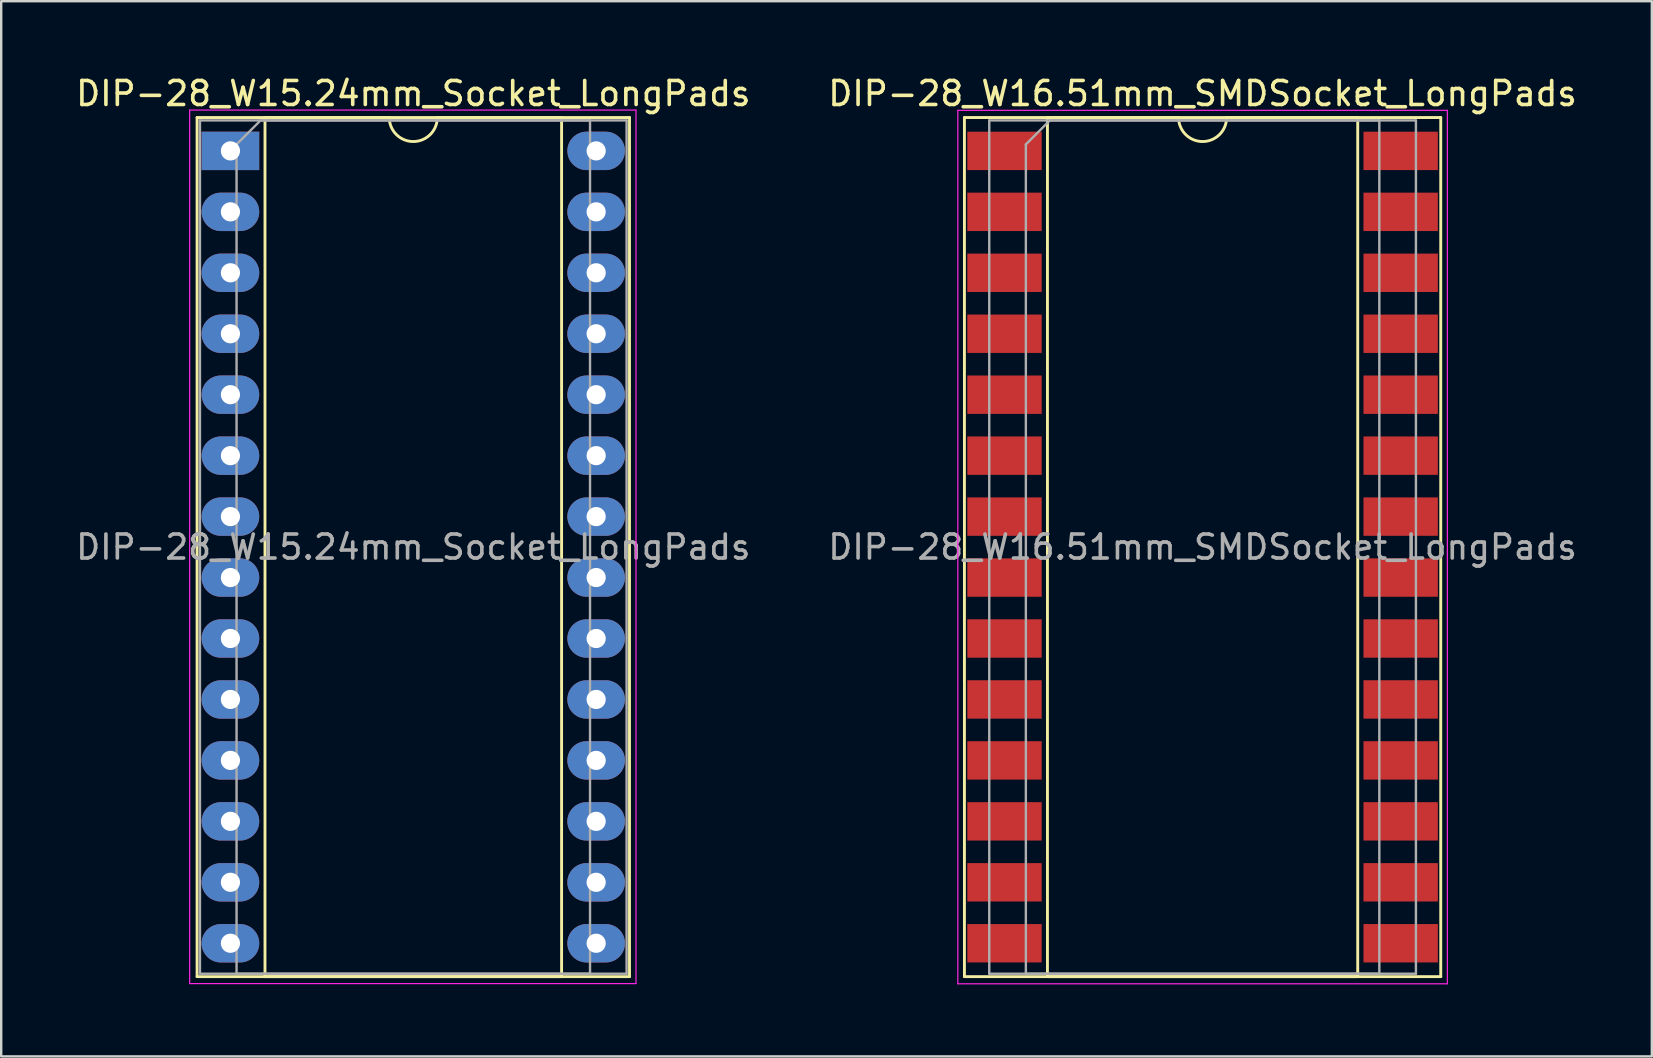
<source format=kicad_pcb>
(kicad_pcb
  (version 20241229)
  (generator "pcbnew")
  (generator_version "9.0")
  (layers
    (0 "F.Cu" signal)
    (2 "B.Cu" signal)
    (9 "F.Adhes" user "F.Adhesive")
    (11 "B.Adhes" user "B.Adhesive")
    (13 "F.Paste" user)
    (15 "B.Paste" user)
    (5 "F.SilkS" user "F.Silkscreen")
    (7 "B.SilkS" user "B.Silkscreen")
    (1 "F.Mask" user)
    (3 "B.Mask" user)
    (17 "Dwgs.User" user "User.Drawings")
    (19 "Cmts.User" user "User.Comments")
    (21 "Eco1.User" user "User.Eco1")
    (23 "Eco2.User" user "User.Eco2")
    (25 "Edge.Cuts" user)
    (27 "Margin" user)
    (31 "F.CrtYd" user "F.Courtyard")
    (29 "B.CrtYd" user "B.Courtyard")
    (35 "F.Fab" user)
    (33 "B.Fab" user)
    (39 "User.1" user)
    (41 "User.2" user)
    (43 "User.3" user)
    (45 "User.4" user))
  (footprint "DIP-28_W16.51mm_SMDSocket_LongPads"
    (layer "F.Cu")
    (at 47.065 19.748)
    (property "Reference" "DIP-28_W16.51mm_SMDSocket_LongPads" (at 0 -18.9 0) (layer "F.SilkS") (effects (font (size 1 1) (thickness 0.15))))
    (attr smd)
    (fp_line (start -9.925 -17.9) (end -9.925 17.9) (stroke (width 0.12) (type solid)) (layer "F.SilkS"))
    (fp_line (start -9.925 17.9) (end 9.925 17.9) (stroke (width 0.12) (type solid)) (layer "F.SilkS"))
    (fp_line (start -6.465 -17.9) (end -6.465 17.9) (stroke (width 0.12) (type solid)) (layer "F.SilkS"))
    (fp_line (start -6.465 17.9) (end 6.465 17.9) (stroke (width 0.12) (type solid)) (layer "F.SilkS"))
    (fp_line (start -1 -17.9) (end -6.465 -17.9) (stroke (width 0.12) (type solid)) (layer "F.SilkS"))
    (fp_line (start 6.465 -17.9) (end 1 -17.9) (stroke (width 0.12) (type solid)) (layer "F.SilkS"))
    (fp_line (start 6.465 17.9) (end 6.465 -17.9) (stroke (width 0.12) (type solid)) (layer "F.SilkS"))
    (fp_line (start 9.925 -17.9) (end -9.925 -17.9) (stroke (width 0.12) (type solid)) (layer "F.SilkS"))
    (fp_line (start 9.925 17.9) (end 9.925 -17.9) (stroke (width 0.12) (type solid)) (layer "F.SilkS"))
    (fp_arc (start 1 -17.9) (mid 0 -16.9) (end -1 -17.9) (stroke (width 0.12) (type solid)) (layer "F.SilkS"))
    (fp_line (start -10.2 -18.2) (end -10.2 18.2) (stroke (width 0.05) (type solid)) (layer "F.CrtYd"))
    (fp_line (start -10.2 18.2) (end 10.2 18.2) (stroke (width 0.05) (type solid)) (layer "F.CrtYd"))
    (fp_line (start 10.2 -18.2) (end -10.2 -18.2) (stroke (width 0.05) (type solid)) (layer "F.CrtYd"))
    (fp_line (start 10.2 18.2) (end 10.2 -18.2) (stroke (width 0.05) (type solid)) (layer "F.CrtYd"))
    (fp_line (start -8.89 -17.78) (end -8.89 17.78) (stroke (width 0.1) (type solid)) (layer "F.Fab"))
    (fp_line (start -8.89 17.78) (end 8.89 17.78) (stroke (width 0.1) (type solid)) (layer "F.Fab"))
    (fp_line (start -7.365 -16.78) (end -6.365 -17.78) (stroke (width 0.1) (type solid)) (layer "F.Fab"))
    (fp_line (start -7.365 17.78) (end -7.365 -16.78) (stroke (width 0.1) (type solid)) (layer "F.Fab"))
    (fp_line (start -6.365 -17.78) (end 7.365 -17.78) (stroke (width 0.1) (type solid)) (layer "F.Fab"))
    (fp_line (start 7.365 -17.78) (end 7.365 17.78) (stroke (width 0.1) (type solid)) (layer "F.Fab"))
    (fp_line (start 7.365 17.78) (end -7.365 17.78) (stroke (width 0.1) (type solid)) (layer "F.Fab"))
    (fp_line (start 8.89 -17.78) (end -8.89 -17.78) (stroke (width 0.1) (type solid)) (layer "F.Fab"))
    (fp_line (start 8.89 17.78) (end 8.89 -17.78) (stroke (width 0.1) (type solid)) (layer "F.Fab"))
    (fp_text user "${REFERENCE}" (at 0 0 0) (layer "F.Fab") (effects (font (size 1 1) (thickness 0.15))))
    (pad "1" smd rect (at -8.255 -16.51) (size 3.1 1.6) (layers "F.Cu" "F.Mask" "F.Paste"))
    (pad "2" smd rect (at -8.255 -13.97) (size 3.1 1.6) (layers "F.Cu" "F.Mask" "F.Paste"))
    (pad "3" smd rect (at -8.255 -11.43) (size 3.1 1.6) (layers "F.Cu" "F.Mask" "F.Paste"))
    (pad "4" smd rect (at -8.255 -8.89) (size 3.1 1.6) (layers "F.Cu" "F.Mask" "F.Paste"))
    (pad "5" smd rect (at -8.255 -6.35) (size 3.1 1.6) (layers "F.Cu" "F.Mask" "F.Paste"))
    (pad "6" smd rect (at -8.255 -3.81) (size 3.1 1.6) (layers "F.Cu" "F.Mask" "F.Paste"))
    (pad "7" smd rect (at -8.255 -1.27) (size 3.1 1.6) (layers "F.Cu" "F.Mask" "F.Paste"))
    (pad "8" smd rect (at -8.255 1.27) (size 3.1 1.6) (layers "F.Cu" "F.Mask" "F.Paste"))
    (pad "9" smd rect (at -8.255 3.81) (size 3.1 1.6) (layers "F.Cu" "F.Mask" "F.Paste"))
    (pad "10" smd rect (at -8.255 6.35) (size 3.1 1.6) (layers "F.Cu" "F.Mask" "F.Paste"))
    (pad "11" smd rect (at -8.255 8.89) (size 3.1 1.6) (layers "F.Cu" "F.Mask" "F.Paste"))
    (pad "12" smd rect (at -8.255 11.43) (size 3.1 1.6) (layers "F.Cu" "F.Mask" "F.Paste"))
    (pad "13" smd rect (at -8.255 13.97) (size 3.1 1.6) (layers "F.Cu" "F.Mask" "F.Paste"))
    (pad "14" smd rect (at -8.255 16.51) (size 3.1 1.6) (layers "F.Cu" "F.Mask" "F.Paste"))
    (pad "15" smd rect (at 8.255 16.51) (size 3.1 1.6) (layers "F.Cu" "F.Mask" "F.Paste"))
    (pad "16" smd rect (at 8.255 13.97) (size 3.1 1.6) (layers "F.Cu" "F.Mask" "F.Paste"))
    (pad "17" smd rect (at 8.255 11.43) (size 3.1 1.6) (layers "F.Cu" "F.Mask" "F.Paste"))
    (pad "18" smd rect (at 8.255 8.89) (size 3.1 1.6) (layers "F.Cu" "F.Mask" "F.Paste"))
    (pad "19" smd rect (at 8.255 6.35) (size 3.1 1.6) (layers "F.Cu" "F.Mask" "F.Paste"))
    (pad "20" smd rect (at 8.255 3.81) (size 3.1 1.6) (layers "F.Cu" "F.Mask" "F.Paste"))
    (pad "21" smd rect (at 8.255 1.27) (size 3.1 1.6) (layers "F.Cu" "F.Mask" "F.Paste"))
    (pad "22" smd rect (at 8.255 -1.27) (size 3.1 1.6) (layers "F.Cu" "F.Mask" "F.Paste"))
    (pad "23" smd rect (at 8.255 -3.81) (size 3.1 1.6) (layers "F.Cu" "F.Mask" "F.Paste"))
    (pad "24" smd rect (at 8.255 -6.35) (size 3.1 1.6) (layers "F.Cu" "F.Mask" "F.Paste"))
    (pad "25" smd rect (at 8.255 -8.89) (size 3.1 1.6) (layers "F.Cu" "F.Mask" "F.Paste"))
    (pad "26" smd rect (at 8.255 -11.43) (size 3.1 1.6) (layers "F.Cu" "F.Mask" "F.Paste"))
    (pad "27" smd rect (at 8.255 -13.97) (size 3.1 1.6) (layers "F.Cu" "F.Mask" "F.Paste"))
    (pad "28" smd rect (at 8.255 -16.51) (size 3.1 1.6) (layers "F.Cu" "F.Mask" "F.Paste")))
  (footprint "DIP-28_W15.24mm_Socket_LongPads"
    (layer "F.Cu")
    (at 6.553 3.238)
    (property "Reference" "DIP-28_W15.24mm_Socket_LongPads" (at 7.62 -2.39 0) (layer "F.SilkS") (effects (font (size 1 1) (thickness 0.15))))
    (attr through_hole)
    (fp_line (start -1.39 -1.39) (end -1.39 34.41) (stroke (width 0.12) (type solid)) (layer "F.SilkS"))
    (fp_line (start -1.39 34.41) (end 16.63 34.41) (stroke (width 0.12) (type solid)) (layer "F.SilkS"))
    (fp_line (start 1.44 -1.39) (end 1.44 34.41) (stroke (width 0.12) (type solid)) (layer "F.SilkS"))
    (fp_line (start 1.44 34.41) (end 13.8 34.41) (stroke (width 0.12) (type solid)) (layer "F.SilkS"))
    (fp_line (start 6.62 -1.39) (end 1.44 -1.39) (stroke (width 0.12) (type solid)) (layer "F.SilkS"))
    (fp_line (start 13.8 -1.39) (end 8.62 -1.39) (stroke (width 0.12) (type solid)) (layer "F.SilkS"))
    (fp_line (start 13.8 34.41) (end 13.8 -1.39) (stroke (width 0.12) (type solid)) (layer "F.SilkS"))
    (fp_line (start 16.63 -1.39) (end -1.39 -1.39) (stroke (width 0.12) (type solid)) (layer "F.SilkS"))
    (fp_line (start 16.63 34.41) (end 16.63 -1.39) (stroke (width 0.12) (type solid)) (layer "F.SilkS"))
    (fp_arc (start 8.62 -1.39) (mid 7.62 -0.39) (end 6.62 -1.39) (stroke (width 0.12) (type solid)) (layer "F.SilkS"))
    (fp_line (start -1.7 -1.7) (end -1.7 34.7) (stroke (width 0.05) (type solid)) (layer "F.CrtYd"))
    (fp_line (start -1.7 34.7) (end 16.9 34.7) (stroke (width 0.05) (type solid)) (layer "F.CrtYd"))
    (fp_line (start 16.9 -1.7) (end -1.7 -1.7) (stroke (width 0.05) (type solid)) (layer "F.CrtYd"))
    (fp_line (start 16.9 34.7) (end 16.9 -1.7) (stroke (width 0.05) (type solid)) (layer "F.CrtYd"))
    (fp_line (start -1.27 -1.27) (end -1.27 34.29) (stroke (width 0.1) (type solid)) (layer "F.Fab"))
    (fp_line (start -1.27 34.29) (end 16.51 34.29) (stroke (width 0.1) (type solid)) (layer "F.Fab"))
    (fp_line (start 0.255 -0.27) (end 1.255 -1.27) (stroke (width 0.1) (type solid)) (layer "F.Fab"))
    (fp_line (start 0.255 34.29) (end 0.255 -0.27) (stroke (width 0.1) (type solid)) (layer "F.Fab"))
    (fp_line (start 1.255 -1.27) (end 14.985 -1.27) (stroke (width 0.1) (type solid)) (layer "F.Fab"))
    (fp_line (start 14.985 -1.27) (end 14.985 34.29) (stroke (width 0.1) (type solid)) (layer "F.Fab"))
    (fp_line (start 14.985 34.29) (end 0.255 34.29) (stroke (width 0.1) (type solid)) (layer "F.Fab"))
    (fp_line (start 16.51 -1.27) (end -1.27 -1.27) (stroke (width 0.1) (type solid)) (layer "F.Fab"))
    (fp_line (start 16.51 34.29) (end 16.51 -1.27) (stroke (width 0.1) (type solid)) (layer "F.Fab"))
    (fp_text user "${REFERENCE}" (at 7.62 16.51 0) (layer "F.Fab") (effects (font (size 1 1) (thickness 0.15))))
    (pad "1" thru_hole rect (at 0 0) (size 2.4 1.6) (drill 0.8) (layers "*.Cu" "*.Mask"))
    (pad "2" thru_hole oval (at 0 2.54) (size 2.4 1.6) (drill 0.8) (layers "*.Cu" "*.Mask"))
    (pad "3" thru_hole oval (at 0 5.08) (size 2.4 1.6) (drill 0.8) (layers "*.Cu" "*.Mask"))
    (pad "4" thru_hole oval (at 0 7.62) (size 2.4 1.6) (drill 0.8) (layers "*.Cu" "*.Mask"))
    (pad "5" thru_hole oval (at 0 10.16) (size 2.4 1.6) (drill 0.8) (layers "*.Cu" "*.Mask"))
    (pad "6" thru_hole oval (at 0 12.7) (size 2.4 1.6) (drill 0.8) (layers "*.Cu" "*.Mask"))
    (pad "7" thru_hole oval (at 0 15.24) (size 2.4 1.6) (drill 0.8) (layers "*.Cu" "*.Mask"))
    (pad "8" thru_hole oval (at 0 17.78) (size 2.4 1.6) (drill 0.8) (layers "*.Cu" "*.Mask"))
    (pad "9" thru_hole oval (at 0 20.32) (size 2.4 1.6) (drill 0.8) (layers "*.Cu" "*.Mask"))
    (pad "10" thru_hole oval (at 0 22.86) (size 2.4 1.6) (drill 0.8) (layers "*.Cu" "*.Mask"))
    (pad "11" thru_hole oval (at 0 25.4) (size 2.4 1.6) (drill 0.8) (layers "*.Cu" "*.Mask"))
    (pad "12" thru_hole oval (at 0 27.94) (size 2.4 1.6) (drill 0.8) (layers "*.Cu" "*.Mask"))
    (pad "13" thru_hole oval (at 0 30.48) (size 2.4 1.6) (drill 0.8) (layers "*.Cu" "*.Mask"))
    (pad "14" thru_hole oval (at 0 33.02) (size 2.4 1.6) (drill 0.8) (layers "*.Cu" "*.Mask"))
    (pad "15" thru_hole oval (at 15.24 33.02) (size 2.4 1.6) (drill 0.8) (layers "*.Cu" "*.Mask"))
    (pad "16" thru_hole oval (at 15.24 30.48) (size 2.4 1.6) (drill 0.8) (layers "*.Cu" "*.Mask"))
    (pad "17" thru_hole oval (at 15.24 27.94) (size 2.4 1.6) (drill 0.8) (layers "*.Cu" "*.Mask"))
    (pad "18" thru_hole oval (at 15.24 25.4) (size 2.4 1.6) (drill 0.8) (layers "*.Cu" "*.Mask"))
    (pad "19" thru_hole oval (at 15.24 22.86) (size 2.4 1.6) (drill 0.8) (layers "*.Cu" "*.Mask"))
    (pad "20" thru_hole oval (at 15.24 20.32) (size 2.4 1.6) (drill 0.8) (layers "*.Cu" "*.Mask"))
    (pad "21" thru_hole oval (at 15.24 17.78) (size 2.4 1.6) (drill 0.8) (layers "*.Cu" "*.Mask"))
    (pad "22" thru_hole oval (at 15.24 15.24) (size 2.4 1.6) (drill 0.8) (layers "*.Cu" "*.Mask"))
    (pad "23" thru_hole oval (at 15.24 12.7) (size 2.4 1.6) (drill 0.8) (layers "*.Cu" "*.Mask"))
    (pad "24" thru_hole oval (at 15.24 10.16) (size 2.4 1.6) (drill 0.8) (layers "*.Cu" "*.Mask"))
    (pad "25" thru_hole oval (at 15.24 7.62) (size 2.4 1.6) (drill 0.8) (layers "*.Cu" "*.Mask"))
    (pad "26" thru_hole oval (at 15.24 5.08) (size 2.4 1.6) (drill 0.8) (layers "*.Cu" "*.Mask"))
    (pad "27" thru_hole oval (at 15.24 2.54) (size 2.4 1.6) (drill 0.8) (layers "*.Cu" "*.Mask"))
    (pad "28" thru_hole oval (at 15.24 0) (size 2.4 1.6) (drill 0.8) (layers "*.Cu" "*.Mask")))
  (gr_rect
    (start -3 -3)
    (end 65.786 40.973)
    (stroke (width 0.1) (type default))
    (fill no)
    (layer "Edge.Cuts")))
</source>
